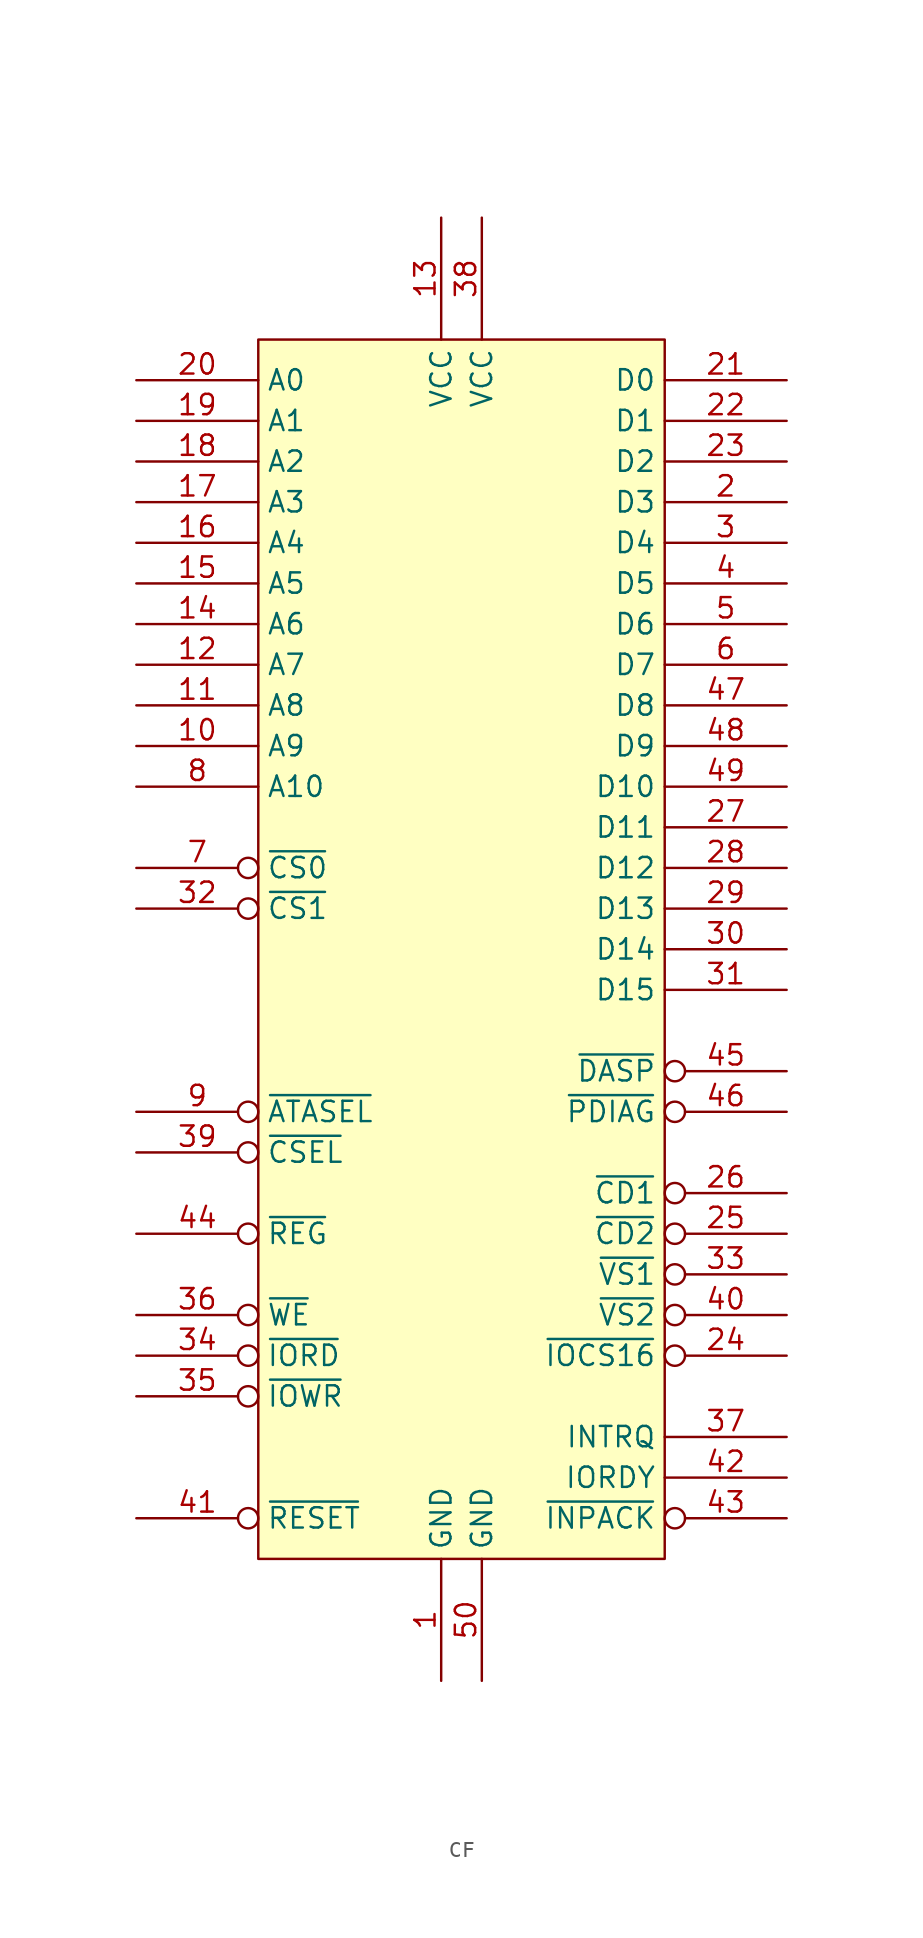
<source format=kicad_sym>
(kicad_symbol_lib
  (version 20241209)
  (generator "kicad_symbol_editor")
  (generator_version "9.0")
  (symbol "CF"
    (property "Reference" "J"
      (at -9.652 47.244 0)
      (effects (font (size 1.27 1.27)) (hide yes)))
    (property "Value" ""
      (at 0 0 0)
      (effects (font (size 1.27 1.27))))
    (symbol "CF_1_1"
      (rectangle (start -12.7 38.1) (end 12.7 -38.1) (stroke (width 0) (type solid)) (fill (type background)))
      (pin input line (at -20.32 35.56 0) (length 7.62) (name "A0" (effects (font (size 1.27 1.27)))) (number "20" (effects (font (size 1.27 1.27)))))
      (pin input line (at -20.32 33.02 0) (length 7.62) (name "A1" (effects (font (size 1.27 1.27)))) (number "19" (effects (font (size 1.27 1.27)))))
      (pin input line (at -20.32 30.48 0) (length 7.62) (name "A2" (effects (font (size 1.27 1.27)))) (number "18" (effects (font (size 1.27 1.27)))))
      (pin input line (at -20.32 27.94 0) (length 7.62) (name "A3" (effects (font (size 1.27 1.27)))) (number "17" (effects (font (size 1.27 1.27)))))
      (pin input line (at -20.32 25.4 0) (length 7.62) (name "A4" (effects (font (size 1.27 1.27)))) (number "16" (effects (font (size 1.27 1.27)))))
      (pin input line (at -20.32 22.86 0) (length 7.62) (name "A5" (effects (font (size 1.27 1.27)))) (number "15" (effects (font (size 1.27 1.27)))))
      (pin input line (at -20.32 20.32 0) (length 7.62) (name "A6" (effects (font (size 1.27 1.27)))) (number "14" (effects (font (size 1.27 1.27)))))
      (pin input line (at -20.32 17.78 0) (length 7.62) (name "A7" (effects (font (size 1.27 1.27)))) (number "12" (effects (font (size 1.27 1.27)))))
      (pin input line (at -20.32 15.24 0) (length 7.62) (name "A8" (effects (font (size 1.27 1.27)))) (number "11" (effects (font (size 1.27 1.27)))))
      (pin input line (at -20.32 12.7 0) (length 7.62) (name "A9" (effects (font (size 1.27 1.27)))) (number "10" (effects (font (size 1.27 1.27)))))
      (pin input line (at -20.32 10.16 0) (length 7.62) (name "A10" (effects (font (size 1.27 1.27)))) (number "8" (effects (font (size 1.27 1.27)))))
      (pin input inverted (at -20.32 5.08 0) (length 7.62) (name "~{CS0}" (effects (font (size 1.27 1.27)))) (number "7" (effects (font (size 1.27 1.27)))))
      (pin input inverted (at -20.32 2.54 0) (length 7.62) (name "~{CS1}" (effects (font (size 1.27 1.27)))) (number "32" (effects (font (size 1.27 1.27)))))
      (pin input inverted (at -20.32 -10.16 0) (length 7.62) (name "~{ATASEL}" (effects (font (size 1.27 1.27)))) (number "9" (effects (font (size 1.27 1.27)))))
      (pin input inverted (at -20.32 -12.7 0) (length 7.62) (name "~{CSEL}" (effects (font (size 1.27 1.27)))) (number "39" (effects (font (size 1.27 1.27)))))
      (pin input inverted (at -20.32 -17.78 0) (length 7.62) (name "~{REG}" (effects (font (size 1.27 1.27)))) (number "44" (effects (font (size 1.27 1.27)))))
      (pin input inverted (at -20.32 -22.86 0) (length 7.62) (name "~{WE}" (effects (font (size 1.27 1.27)))) (number "36" (effects (font (size 1.27 1.27)))))
      (pin input inverted (at -20.32 -25.4 0) (length 7.62) (name "~{IORD}" (effects (font (size 1.27 1.27)))) (number "34" (effects (font (size 1.27 1.27)))))
      (pin input inverted (at -20.32 -27.94 0) (length 7.62) (name "~{IOWR}" (effects (font (size 1.27 1.27)))) (number "35" (effects (font (size 1.27 1.27)))))
      (pin input inverted (at -20.32 -35.56 0) (length 7.62) (name "~{RESET}" (effects (font (size 1.27 1.27)))) (number "41" (effects (font (size 1.27 1.27)))))
      (pin power_in line (at -1.27 45.72 270) (length 7.62) (name "VCC" (effects (font (size 1.27 1.27)))) (number "13" (effects (font (size 1.27 1.27)))))
      (pin power_in line (at -1.27 -45.72 90) (length 7.62) (name "GND" (effects (font (size 1.27 1.27)))) (number "1" (effects (font (size 1.27 1.27)))))
      (pin power_in line (at 1.27 45.72 270) (length 7.62) (name "VCC" (effects (font (size 1.27 1.27)))) (number "38" (effects (font (size 1.27 1.27)))))
      (pin power_in line (at 1.27 -45.72 90) (length 7.62) (name "GND" (effects (font (size 1.27 1.27)))) (number "50" (effects (font (size 1.27 1.27)))))
      (pin tri_state line (at 20.32 35.56 180) (length 7.62) (name "D0" (effects (font (size 1.27 1.27)))) (number "21" (effects (font (size 1.27 1.27)))))
      (pin tri_state line (at 20.32 33.02 180) (length 7.62) (name "D1" (effects (font (size 1.27 1.27)))) (number "22" (effects (font (size 1.27 1.27)))))
      (pin tri_state line (at 20.32 30.48 180) (length 7.62) (name "D2" (effects (font (size 1.27 1.27)))) (number "23" (effects (font (size 1.27 1.27)))))
      (pin tri_state line (at 20.32 27.94 180) (length 7.62) (name "D3" (effects (font (size 1.27 1.27)))) (number "2" (effects (font (size 1.27 1.27)))))
      (pin tri_state line (at 20.32 25.4 180) (length 7.62) (name "D4" (effects (font (size 1.27 1.27)))) (number "3" (effects (font (size 1.27 1.27)))))
      (pin tri_state line (at 20.32 22.86 180) (length 7.62) (name "D5" (effects (font (size 1.27 1.27)))) (number "4" (effects (font (size 1.27 1.27)))))
      (pin tri_state line (at 20.32 20.32 180) (length 7.62) (name "D6" (effects (font (size 1.27 1.27)))) (number "5" (effects (font (size 1.27 1.27)))))
      (pin tri_state line (at 20.32 17.78 180) (length 7.62) (name "D7" (effects (font (size 1.27 1.27)))) (number "6" (effects (font (size 1.27 1.27)))))
      (pin tri_state line (at 20.32 15.24 180) (length 7.62) (name "D8" (effects (font (size 1.27 1.27)))) (number "47" (effects (font (size 1.27 1.27)))))
      (pin tri_state line (at 20.32 12.7 180) (length 7.62) (name "D9" (effects (font (size 1.27 1.27)))) (number "48" (effects (font (size 1.27 1.27)))))
      (pin tri_state line (at 20.32 10.16 180) (length 7.62) (name "D10" (effects (font (size 1.27 1.27)))) (number "49" (effects (font (size 1.27 1.27)))))
      (pin tri_state line (at 20.32 7.62 180) (length 7.62) (name "D11" (effects (font (size 1.27 1.27)))) (number "27" (effects (font (size 1.27 1.27)))))
      (pin tri_state line (at 20.32 5.08 180) (length 7.62) (name "D12" (effects (font (size 1.27 1.27)))) (number "28" (effects (font (size 1.27 1.27)))))
      (pin tri_state line (at 20.32 2.54 180) (length 7.62) (name "D13" (effects (font (size 1.27 1.27)))) (number "29" (effects (font (size 1.27 1.27)))))
      (pin tri_state line (at 20.32 0 180) (length 7.62) (name "D14" (effects (font (size 1.27 1.27)))) (number "30" (effects (font (size 1.27 1.27)))))
      (pin tri_state line (at 20.32 -2.54 180) (length 7.62) (name "D15" (effects (font (size 1.27 1.27)))) (number "31" (effects (font (size 1.27 1.27)))))
      (pin output inverted (at 20.32 -7.62 180) (length 7.62) (name "~{DASP}" (effects (font (size 1.27 1.27)))) (number "45" (effects (font (size 1.27 1.27)))))
      (pin output inverted (at 20.32 -10.16 180) (length 7.62) (name "~{PDIAG}" (effects (font (size 1.27 1.27)))) (number "46" (effects (font (size 1.27 1.27)))))
      (pin output inverted (at 20.32 -15.24 180) (length 7.62) (name "~{CD1}" (effects (font (size 1.27 1.27)))) (number "26" (effects (font (size 1.27 1.27)))))
      (pin output inverted (at 20.32 -17.78 180) (length 7.62) (name "~{CD2}" (effects (font (size 1.27 1.27)))) (number "25" (effects (font (size 1.27 1.27)))))
      (pin output inverted (at 20.32 -20.32 180) (length 7.62) (name "~{VS1}" (effects (font (size 1.27 1.27)))) (number "33" (effects (font (size 1.27 1.27)))))
      (pin output inverted (at 20.32 -22.86 180) (length 7.62) (name "~{VS2}" (effects (font (size 1.27 1.27)))) (number "40" (effects (font (size 1.27 1.27)))))
      (pin output inverted (at 20.32 -25.4 180) (length 7.62) (name "~{IOCS16}" (effects (font (size 1.27 1.27)))) (number "24" (effects (font (size 1.27 1.27)))))
      (pin output line (at 20.32 -30.48 180) (length 7.62) (name "INTRQ" (effects (font (size 1.27 1.27)))) (number "37" (effects (font (size 1.27 1.27)))))
      (pin output line (at 20.32 -33.02 180) (length 7.62) (name "IORDY" (effects (font (size 1.27 1.27)))) (number "42" (effects (font (size 1.27 1.27)))))
      (pin output inverted (at 20.32 -35.56 180) (length 7.62) (name "~{INPACK}" (effects (font (size 1.27 1.27)))) (number "43" (effects (font (size 1.27 1.27))))))))
</source>
